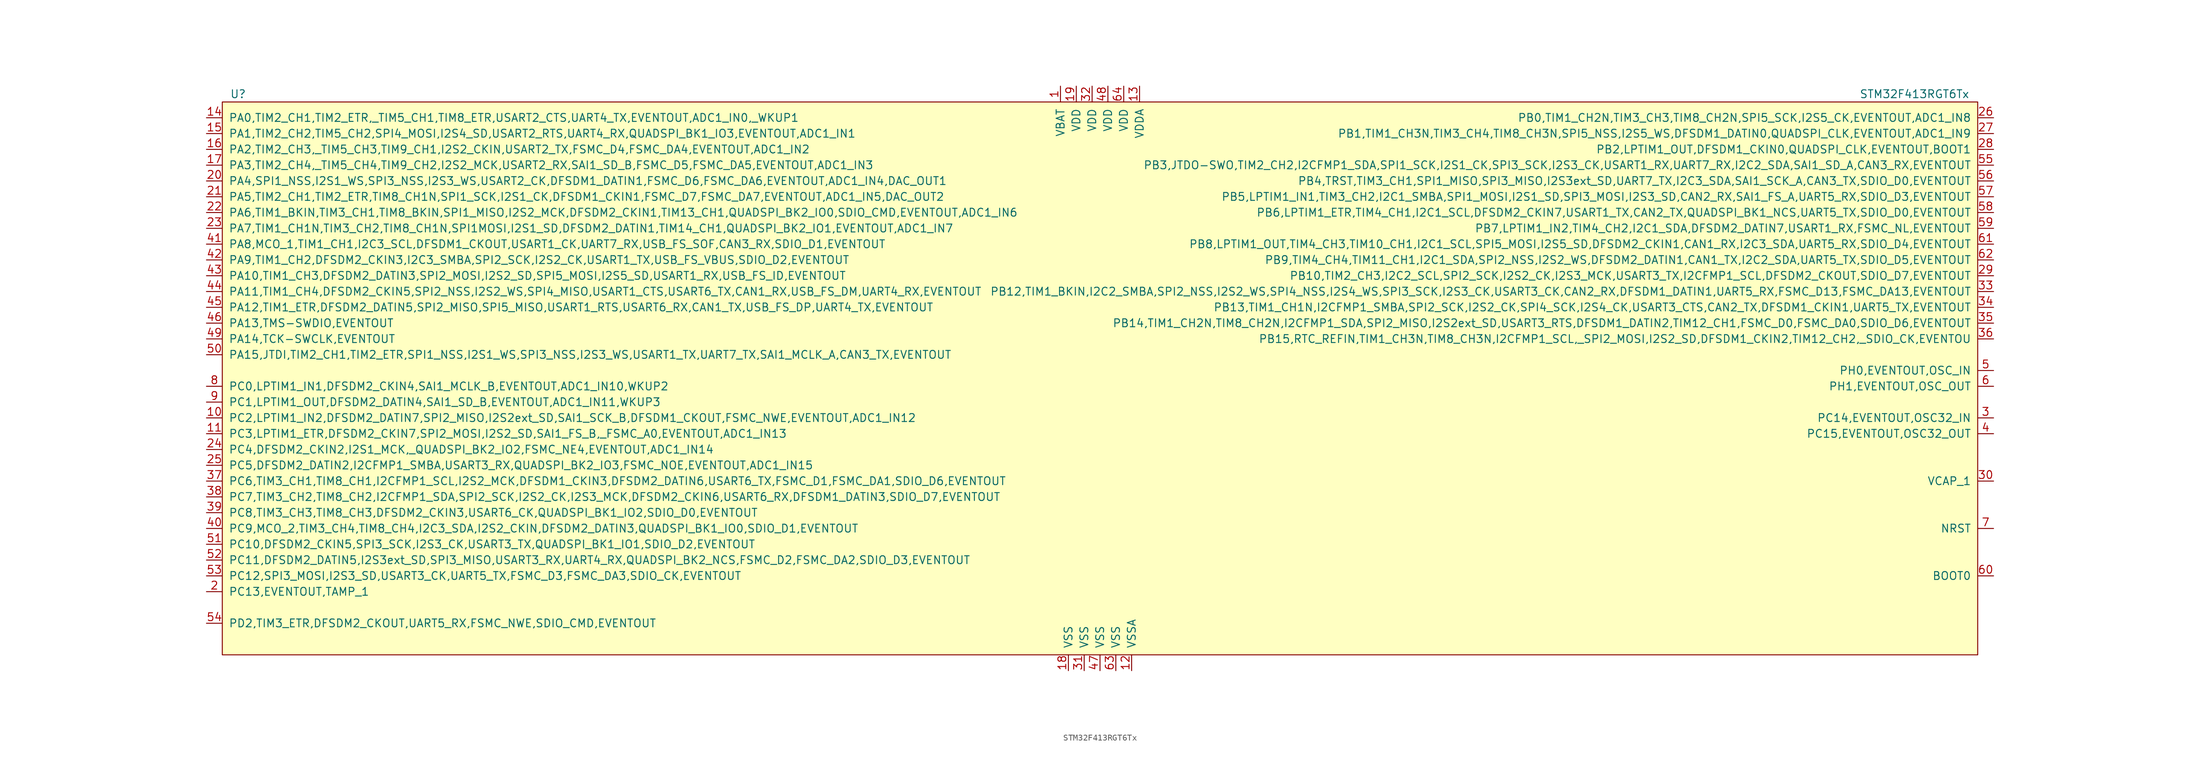
<source format=kicad_sym>
(kicad_symbol_lib
  (version 20220914)
  (generator kicad_symbol_editor)
  (symbol "STM32F413RGT6Tx"
    (pin_names
      (offset 1.016))
    (property "Reference" "U"
      (at -138.43 45.72 0)
      (effects (font (size 1.27 1.27))))
    (property "Value" "STM32F413RGT6Tx"
      (at 130.81 45.72 0)
      (effects (font (size 1.27 1.27))))
    (symbol "STM32F413RGT6Tx_0_1"
      (rectangle (start -140.97 44.45) (end 140.97 -44.45) (stroke (width 0) (type solid)) (fill (type background))))
    (symbol "STM32F413RGT6Tx_1_1"
      (pin power_in line (at -6.35 46.99 270) (length 2.54) (name "VBAT" (effects (font (size 1.27 1.27)))) (number "1" (effects (font (size 1.27 1.27)))))
      (pin bidirectional line (at -143.51 -6.35 0) (length 2.54) (name "PC2,LPTIM1_IN2,DFSDM2_DATIN7,SPI2_MISO,I2S2ext_SD,SAI1_SCK_B,DFSDM1_CKOUT,FSMC_NWE,EVENTOUT,ADC1_IN12" (effects (font (size 1.27 1.27)))) (number "10" (effects (font (size 1.27 1.27)))))
      (pin bidirectional line (at -143.51 -8.89 0) (length 2.54) (name "PC3,LPTIM1_ETR,DFSDM2_CKIN7,SPI2_MOSI,I2S2_SD,SAI1_FS_B,_FSMC_A0,EVENTOUT,ADC1_IN13" (effects (font (size 1.27 1.27)))) (number "11" (effects (font (size 1.27 1.27)))))
      (pin power_in line (at 5.08 -46.99 90) (length 2.54) (name "VSSA" (effects (font (size 1.27 1.27)))) (number "12" (effects (font (size 1.27 1.27)))))
      (pin passive line (at 6.35 46.99 270) (length 2.54) (name "VDDA" (effects (font (size 1.27 1.27)))) (number "13" (effects (font (size 1.27 1.27)))))
      (pin bidirectional line (at -143.51 41.91 0) (length 2.54) (name "PA0,TIM2_CH1,TIM2_ETR,_TIM5_CH1,TIM8_ETR,USART2_CTS,UART4_TX,EVENTOUT,ADC1_IN0,_WKUP1" (effects (font (size 1.27 1.27)))) (number "14" (effects (font (size 1.27 1.27)))))
      (pin bidirectional line (at -143.51 39.37 0) (length 2.54) (name "PA1,TIM2_CH2,TIM5_CH2,SPI4_MOSI,I2S4_SD,USART2_RTS,UART4_RX,QUADSPI_BK1_IO3,EVENTOUT,ADC1_IN1" (effects (font (size 1.27 1.27)))) (number "15" (effects (font (size 1.27 1.27)))))
      (pin bidirectional line (at -143.51 36.83 0) (length 2.54) (name "PA2,TIM2_CH3,_TIM5_CH3,TIM9_CH1,I2S2_CKIN,USART2_TX,FSMC_D4,FSMC_DA4,EVENTOUT,ADC1_IN2" (effects (font (size 1.27 1.27)))) (number "16" (effects (font (size 1.27 1.27)))))
      (pin bidirectional line (at -143.51 34.29 0) (length 2.54) (name "PA3,TIM2_CH4,_TIM5_CH4,TIM9_CH2,I2S2_MCK,USART2_RX,SAI1_SD_B,FSMC_D5,FSMC_DA5,EVENTOUT,ADC1_IN3" (effects (font (size 1.27 1.27)))) (number "17" (effects (font (size 1.27 1.27)))))
      (pin power_in line (at -5.08 -46.99 90) (length 2.54) (name "VSS" (effects (font (size 1.27 1.27)))) (number "18" (effects (font (size 1.27 1.27)))))
      (pin power_in line (at -3.81 46.99 270) (length 2.54) (name "VDD" (effects (font (size 1.27 1.27)))) (number "19" (effects (font (size 1.27 1.27)))))
      (pin bidirectional line (at -143.51 -34.29 0) (length 2.54) (name "PC13,EVENTOUT,TAMP_1" (effects (font (size 1.27 1.27)))) (number "2" (effects (font (size 1.27 1.27)))))
      (pin bidirectional line (at -143.51 31.75 0) (length 2.54) (name "PA4,SPI1_NSS,I2S1_WS,SPI3_NSS,I2S3_WS,USART2_CK,DFSDM1_DATIN1,FSMC_D6,FSMC_DA6,EVENTOUT,ADC1_IN4,DAC_OUT1" (effects (font (size 1.27 1.27)))) (number "20" (effects (font (size 1.27 1.27)))))
      (pin bidirectional line (at -143.51 29.21 0) (length 2.54) (name "PA5,TIM2_CH1,TIM2_ETR,TIM8_CH1N,SPI1_SCK,I2S1_CK,DFSDM1_CKIN1,FSMC_D7,FSMC_DA7,EVENTOUT,ADC1_IN5,DAC_OUT2" (effects (font (size 1.27 1.27)))) (number "21" (effects (font (size 1.27 1.27)))))
      (pin bidirectional line (at -143.51 26.67 0) (length 2.54) (name "PA6,TIM1_BKIN,TIM3_CH1,TIM8_BKIN,SPI1_MISO,I2S2_MCK,DFSDM2_CKIN1,TIM13_CH1,QUADSPI_BK2_IO0,SDIO_CMD,EVENTOUT,ADC1_IN6" (effects (font (size 1.27 1.27)))) (number "22" (effects (font (size 1.27 1.27)))))
      (pin bidirectional line (at -143.51 24.13 0) (length 2.54) (name "PA7,TIM1_CH1N,TIM3_CH2,TIM8_CH1N,SPI1MOSI,I2S1_SD,DFSDM2_DATIN1,TIM14_CH1,QUADSPI_BK2_IO1,EVENTOUT,ADC1_IN7" (effects (font (size 1.27 1.27)))) (number "23" (effects (font (size 1.27 1.27)))))
      (pin bidirectional line (at -143.51 -11.43 0) (length 2.54) (name "PC4,DFSDM2_CKIN2,I2S1_MCK,_QUADSPI_BK2_IO2,FSMC_NE4,EVENTOUT,ADC1_IN14" (effects (font (size 1.27 1.27)))) (number "24" (effects (font (size 1.27 1.27)))))
      (pin bidirectional line (at -143.51 -13.97 0) (length 2.54) (name "PC5,DFSDM2_DATIN2,I2CFMP1_SMBA,USART3_RX,QUADSPI_BK2_IO3,FSMC_NOE,EVENTOUT,ADC1_IN15" (effects (font (size 1.27 1.27)))) (number "25" (effects (font (size 1.27 1.27)))))
      (pin bidirectional line (at 143.51 41.91 180) (length 2.54) (name "PB0,TIM1_CH2N,TIM3_CH3,TIM8_CH2N,SPI5_SCK,I2S5_CK,EVENTOUT,ADC1_IN8" (effects (font (size 1.27 1.27)))) (number "26" (effects (font (size 1.27 1.27)))))
      (pin bidirectional line (at 143.51 39.37 180) (length 2.54) (name "PB1,TIM1_CH3N,TIM3_CH4,TIM8_CH3N,SPI5_NSS,I2S5_WS,DFSDM1_DATIN0,QUADSPI_CLK,EVENTOUT,ADC1_IN9" (effects (font (size 1.27 1.27)))) (number "27" (effects (font (size 1.27 1.27)))))
      (pin bidirectional line (at 143.51 36.83 180) (length 2.54) (name "PB2,LPTIM1_OUT,DFSDM1_CKIN0,QUADSPI_CLK,EVENTOUT,BOOT1" (effects (font (size 1.27 1.27)))) (number "28" (effects (font (size 1.27 1.27)))))
      (pin bidirectional line (at 143.51 16.51 180) (length 2.54) (name "PB10,TIM2_CH3,I2C2_SCL,SPI2_SCK,I2S2_CK,I2S3_MCK,USART3_TX,I2CFMP1_SCL,DFSDM2_CKOUT,SDIO_D7,EVENTOUT" (effects (font (size 1.27 1.27)))) (number "29" (effects (font (size 1.27 1.27)))))
      (pin bidirectional line (at 143.51 -6.35 180) (length 2.54) (name "PC14,EVENTOUT,OSC32_IN" (effects (font (size 1.27 1.27)))) (number "3" (effects (font (size 1.27 1.27)))))
      (pin passive line (at 143.51 -16.51 180) (length 2.54) (name "VCAP_1" (effects (font (size 1.27 1.27)))) (number "30" (effects (font (size 1.27 1.27)))))
      (pin power_in line (at -2.54 -46.99 90) (length 2.54) (name "VSS" (effects (font (size 1.27 1.27)))) (number "31" (effects (font (size 1.27 1.27)))))
      (pin power_in line (at -1.27 46.99 270) (length 2.54) (name "VDD" (effects (font (size 1.27 1.27)))) (number "32" (effects (font (size 1.27 1.27)))))
      (pin bidirectional line (at 143.51 13.97 180) (length 2.54) (name "PB12,TIM1_BKIN,I2C2_SMBA,SPI2_NSS,I2S2_WS,SPI4_NSS,I2S4_WS,SPI3_SCK,I2S3_CK,USART3_CK,CAN2_RX,DFSDM1_DATIN1,UART5_RX,FSMC_D13,FSMC_DA13,EVENTOUT" (effects (font (size 1.27 1.27)))) (number "33" (effects (font (size 1.27 1.27)))))
      (pin bidirectional line (at 143.51 11.43 180) (length 2.54) (name "PB13,TIM1_CH1N,I2CFMP1_SMBA,SPI2_SCK,I2S2_CK,SPI4_SCK,I2S4_CK,USART3_CTS,CAN2_TX,DFSDM1_CKIN1,UART5_TX,EVENTOUT" (effects (font (size 1.27 1.27)))) (number "34" (effects (font (size 1.27 1.27)))))
      (pin bidirectional line (at 143.51 8.89 180) (length 2.54) (name "PB14,TIM1_CH2N,TIM8_CH2N,I2CFMP1_SDA,SPI2_MISO,I2S2ext_SD,USART3_RTS,DFSDM1_DATIN2,TIM12_CH1,FSMC_D0,FSMC_DA0,SDIO_D6,EVENTOUT" (effects (font (size 1.27 1.27)))) (number "35" (effects (font (size 1.27 1.27)))))
      (pin bidirectional line (at 143.51 6.35 180) (length 2.54) (name "PB15,RTC_REFIN,TIM1_CH3N,TIM8_CH3N,I2CFMP1_SCL,_SPI2_MOSI,I2S2_SD,DFSDM1_CKIN2,TIM12_CH2,_SDIO_CK,EVENTOU" (effects (font (size 1.27 1.27)))) (number "36" (effects (font (size 1.27 1.27)))))
      (pin bidirectional line (at -143.51 -16.51 0) (length 2.54) (name "PC6,TIM3_CH1,TIM8_CH1,I2CFMP1_SCL,I2S2_MCK,DFSDM1_CKIN3,DFSDM2_DATIN6,USART6_TX,FSMC_D1,FSMC_DA1,SDIO_D6,EVENTOUT" (effects (font (size 1.27 1.27)))) (number "37" (effects (font (size 1.27 1.27)))))
      (pin bidirectional line (at -143.51 -19.05 0) (length 2.54) (name "PC7,TIM3_CH2,TIM8_CH2,I2CFMP1_SDA,SPI2_SCK,I2S2_CK,I2S3_MCK,DFSDM2_CKIN6,USART6_RX,DFSDM1_DATIN3,SDIO_D7,EVENTOUT" (effects (font (size 1.27 1.27)))) (number "38" (effects (font (size 1.27 1.27)))))
      (pin bidirectional line (at -143.51 -21.59 0) (length 2.54) (name "PC8,TIM3_CH3,TIM8_CH3,DFSDM2_CKIN3,USART6_CK,QUADSPI_BK1_IO2,SDIO_D0,EVENTOUT" (effects (font (size 1.27 1.27)))) (number "39" (effects (font (size 1.27 1.27)))))
      (pin bidirectional line (at 143.51 -8.89 180) (length 2.54) (name "PC15,EVENTOUT,OSC32_OUT" (effects (font (size 1.27 1.27)))) (number "4" (effects (font (size 1.27 1.27)))))
      (pin bidirectional line (at -143.51 -24.13 0) (length 2.54) (name "PC9,MCO_2,TIM3_CH4,TIM8_CH4,I2C3_SDA,I2S2_CKIN,DFSDM2_DATIN3,QUADSPI_BK1_IO0,SDIO_D1,EVENTOUT" (effects (font (size 1.27 1.27)))) (number "40" (effects (font (size 1.27 1.27)))))
      (pin bidirectional line (at -143.51 21.59 0) (length 2.54) (name "PA8,MCO_1,TIM1_CH1,I2C3_SCL,DFSDM1_CKOUT,USART1_CK,UART7_RX,USB_FS_SOF,CAN3_RX,SDIO_D1,EVENTOUT" (effects (font (size 1.27 1.27)))) (number "41" (effects (font (size 1.27 1.27)))))
      (pin bidirectional line (at -143.51 19.05 0) (length 2.54) (name "PA9,TIM1_CH2,DFSDM2_CKIN3,I2C3_SMBA,SPI2_SCK,I2S2_CK,USART1_TX,USB_FS_VBUS,SDIO_D2,EVENTOUT" (effects (font (size 1.27 1.27)))) (number "42" (effects (font (size 1.27 1.27)))))
      (pin bidirectional line (at -143.51 16.51 0) (length 2.54) (name "PA10,TIM1_CH3,DFSDM2_DATIN3,SPI2_MOSI,I2S2_SD,SPI5_MOSI,I2S5_SD,USART1_RX,USB_FS_ID,EVENTOUT" (effects (font (size 1.27 1.27)))) (number "43" (effects (font (size 1.27 1.27)))))
      (pin bidirectional line (at -143.51 13.97 0) (length 2.54) (name "PA11,TIM1_CH4,DFSDM2_CKIN5,SPI2_NSS,I2S2_WS,SPI4_MISO,USART1_CTS,USART6_TX,CAN1_RX,USB_FS_DM,UART4_RX,EVENTOUT" (effects (font (size 1.27 1.27)))) (number "44" (effects (font (size 1.27 1.27)))))
      (pin bidirectional line (at -143.51 11.43 0) (length 2.54) (name "PA12,TIM1_ETR,DFSDM2_DATIN5,SPI2_MISO,SPI5_MISO,USART1_RTS,USART6_RX,CAN1_TX,USB_FS_DP,UART4_TX,EVENTOUT" (effects (font (size 1.27 1.27)))) (number "45" (effects (font (size 1.27 1.27)))))
      (pin bidirectional line (at -143.51 8.89 0) (length 2.54) (name "PA13,TMS-SWDIO,EVENTOUT" (effects (font (size 1.27 1.27)))) (number "46" (effects (font (size 1.27 1.27)))))
      (pin power_in line (at 0 -46.99 90) (length 2.54) (name "VSS" (effects (font (size 1.27 1.27)))) (number "47" (effects (font (size 1.27 1.27)))))
      (pin power_in line (at 1.27 46.99 270) (length 2.54) (name "VDD" (effects (font (size 1.27 1.27)))) (number "48" (effects (font (size 1.27 1.27)))))
      (pin bidirectional line (at -143.51 6.35 0) (length 2.54) (name "PA14,TCK-SWCLK,EVENTOUT" (effects (font (size 1.27 1.27)))) (number "49" (effects (font (size 1.27 1.27)))))
      (pin input line (at 143.51 1.27 180) (length 2.54) (name "PH0,EVENTOUT,OSC_IN" (effects (font (size 1.27 1.27)))) (number "5" (effects (font (size 1.27 1.27)))))
      (pin bidirectional line (at -143.51 3.81 0) (length 2.54) (name "PA15,JTDI,TIM2_CH1,TIM2_ETR,SPI1_NSS,I2S1_WS,SPI3_NSS,I2S3_WS,USART1_TX,UART7_TX,SAI1_MCLK_A,CAN3_TX,EVENTOUT" (effects (font (size 1.27 1.27)))) (number "50" (effects (font (size 1.27 1.27)))))
      (pin bidirectional line (at -143.51 -26.67 0) (length 2.54) (name "PC10,DFSDM2_CKIN5,SPI3_SCK,I2S3_CK,USART3_TX,QUADSPI_BK1_IO1,SDIO_D2,EVENTOUT" (effects (font (size 1.27 1.27)))) (number "51" (effects (font (size 1.27 1.27)))))
      (pin bidirectional line (at -143.51 -29.21 0) (length 2.54) (name "PC11,DFSDM2_DATIN5,I2S3ext_SD,SPI3_MISO,USART3_RX,UART4_RX,QUADSPI_BK2_NCS,FSMC_D2,FSMC_DA2,SDIO_D3,EVENTOUT" (effects (font (size 1.27 1.27)))) (number "52" (effects (font (size 1.27 1.27)))))
      (pin bidirectional line (at -143.51 -31.75 0) (length 2.54) (name "PC12,SPI3_MOSI,I2S3_SD,USART3_CK,UART5_TX,FSMC_D3,FSMC_DA3,SDIO_CK,EVENTOUT" (effects (font (size 1.27 1.27)))) (number "53" (effects (font (size 1.27 1.27)))))
      (pin bidirectional line (at -143.51 -39.37 0) (length 2.54) (name "PD2,TIM3_ETR,DFSDM2_CKOUT,UART5_RX,FSMC_NWE,SDIO_CMD,EVENTOUT" (effects (font (size 1.27 1.27)))) (number "54" (effects (font (size 1.27 1.27)))))
      (pin bidirectional line (at 143.51 34.29 180) (length 2.54) (name "PB3,JTDO-SWO,TIM2_CH2,I2CFMP1_SDA,SPI1_SCK,I2S1_CK,SPI3_SCK,I2S3_CK,USART1_RX,UART7_RX,I2C2_SDA,SAI1_SD_A,CAN3_RX,EVENTOUT" (effects (font (size 1.27 1.27)))) (number "55" (effects (font (size 1.27 1.27)))))
      (pin bidirectional line (at 143.51 31.75 180) (length 2.54) (name "PB4,TRST,TIM3_CH1,SPI1_MISO,SPI3_MISO,I2S3ext_SD,UART7_TX,I2C3_SDA,SAI1_SCK_A,CAN3_TX,SDIO_D0,EVENTOUT" (effects (font (size 1.27 1.27)))) (number "56" (effects (font (size 1.27 1.27)))))
      (pin bidirectional line (at 143.51 29.21 180) (length 2.54) (name "PB5,LPTIM1_IN1,TIM3_CH2,I2C1_SMBA,SPI1_MOSI,I2S1_SD,SPI3_MOSI,I2S3_SD,CAN2_RX,SAI1_FS_A,UART5_RX,SDIO_D3,EVENTOUT" (effects (font (size 1.27 1.27)))) (number "57" (effects (font (size 1.27 1.27)))))
      (pin bidirectional line (at 143.51 26.67 180) (length 2.54) (name "PB6,LPTIM1_ETR,TIM4_CH1,I2C1_SCL,DFSDM2_CKIN7,USART1_TX,CAN2_TX,QUADSPI_BK1_NCS,UART5_TX,SDIO_D0,EVENTOUT" (effects (font (size 1.27 1.27)))) (number "58" (effects (font (size 1.27 1.27)))))
      (pin bidirectional line (at 143.51 24.13 180) (length 2.54) (name "PB7,LPTIM1_IN2,TIM4_CH2,I2C1_SDA,DFSDM2_DATIN7,USART1_RX,FSMC_NL,EVENTOUT" (effects (font (size 1.27 1.27)))) (number "59" (effects (font (size 1.27 1.27)))))
      (pin input line (at 143.51 -1.27 180) (length 2.54) (name "PH1,EVENTOUT,OSC_OUT" (effects (font (size 1.27 1.27)))) (number "6" (effects (font (size 1.27 1.27)))))
      (pin input line (at 143.51 -31.75 180) (length 2.54) (name "BOOT0" (effects (font (size 1.27 1.27)))) (number "60" (effects (font (size 1.27 1.27)))))
      (pin bidirectional line (at 143.51 21.59 180) (length 2.54) (name "PB8,LPTIM1_OUT,TIM4_CH3,TIM10_CH1,I2C1_SCL,SPI5_MOSI,I2S5_SD,DFSDM2_CKIN1,CAN1_RX,I2C3_SDA,UART5_RX,SDIO_D4,EVENTOUT" (effects (font (size 1.27 1.27)))) (number "61" (effects (font (size 1.27 1.27)))))
      (pin bidirectional line (at 143.51 19.05 180) (length 2.54) (name "PB9,TIM4_CH4,TIM11_CH1,I2C1_SDA,SPI2_NSS,I2S2_WS,DFSDM2_DATIN1,CAN1_TX,I2C2_SDA,UART5_TX,SDIO_D5,EVENTOUT" (effects (font (size 1.27 1.27)))) (number "62" (effects (font (size 1.27 1.27)))))
      (pin power_in line (at 2.54 -46.99 90) (length 2.54) (name "VSS" (effects (font (size 1.27 1.27)))) (number "63" (effects (font (size 1.27 1.27)))))
      (pin power_in line (at 3.81 46.99 270) (length 2.54) (name "VDD" (effects (font (size 1.27 1.27)))) (number "64" (effects (font (size 1.27 1.27)))))
      (pin input line (at 143.51 -24.13 180) (length 2.54) (name "NRST" (effects (font (size 1.27 1.27)))) (number "7" (effects (font (size 1.27 1.27)))))
      (pin bidirectional line (at -143.51 -1.27 0) (length 2.54) (name "PC0,LPTIM1_IN1,DFSDM2_CKIN4,SAI1_MCLK_B,EVENTOUT,ADC1_IN10,WKUP2" (effects (font (size 1.27 1.27)))) (number "8" (effects (font (size 1.27 1.27)))))
      (pin bidirectional line (at -143.51 -3.81 0) (length 2.54) (name "PC1,LPTIM1_OUT,DFSDM2_DATIN4,SAI1_SD_B,EVENTOUT,ADC1_IN11,WKUP3" (effects (font (size 1.27 1.27)))) (number "9" (effects (font (size 1.27 1.27))))))))
</source>
